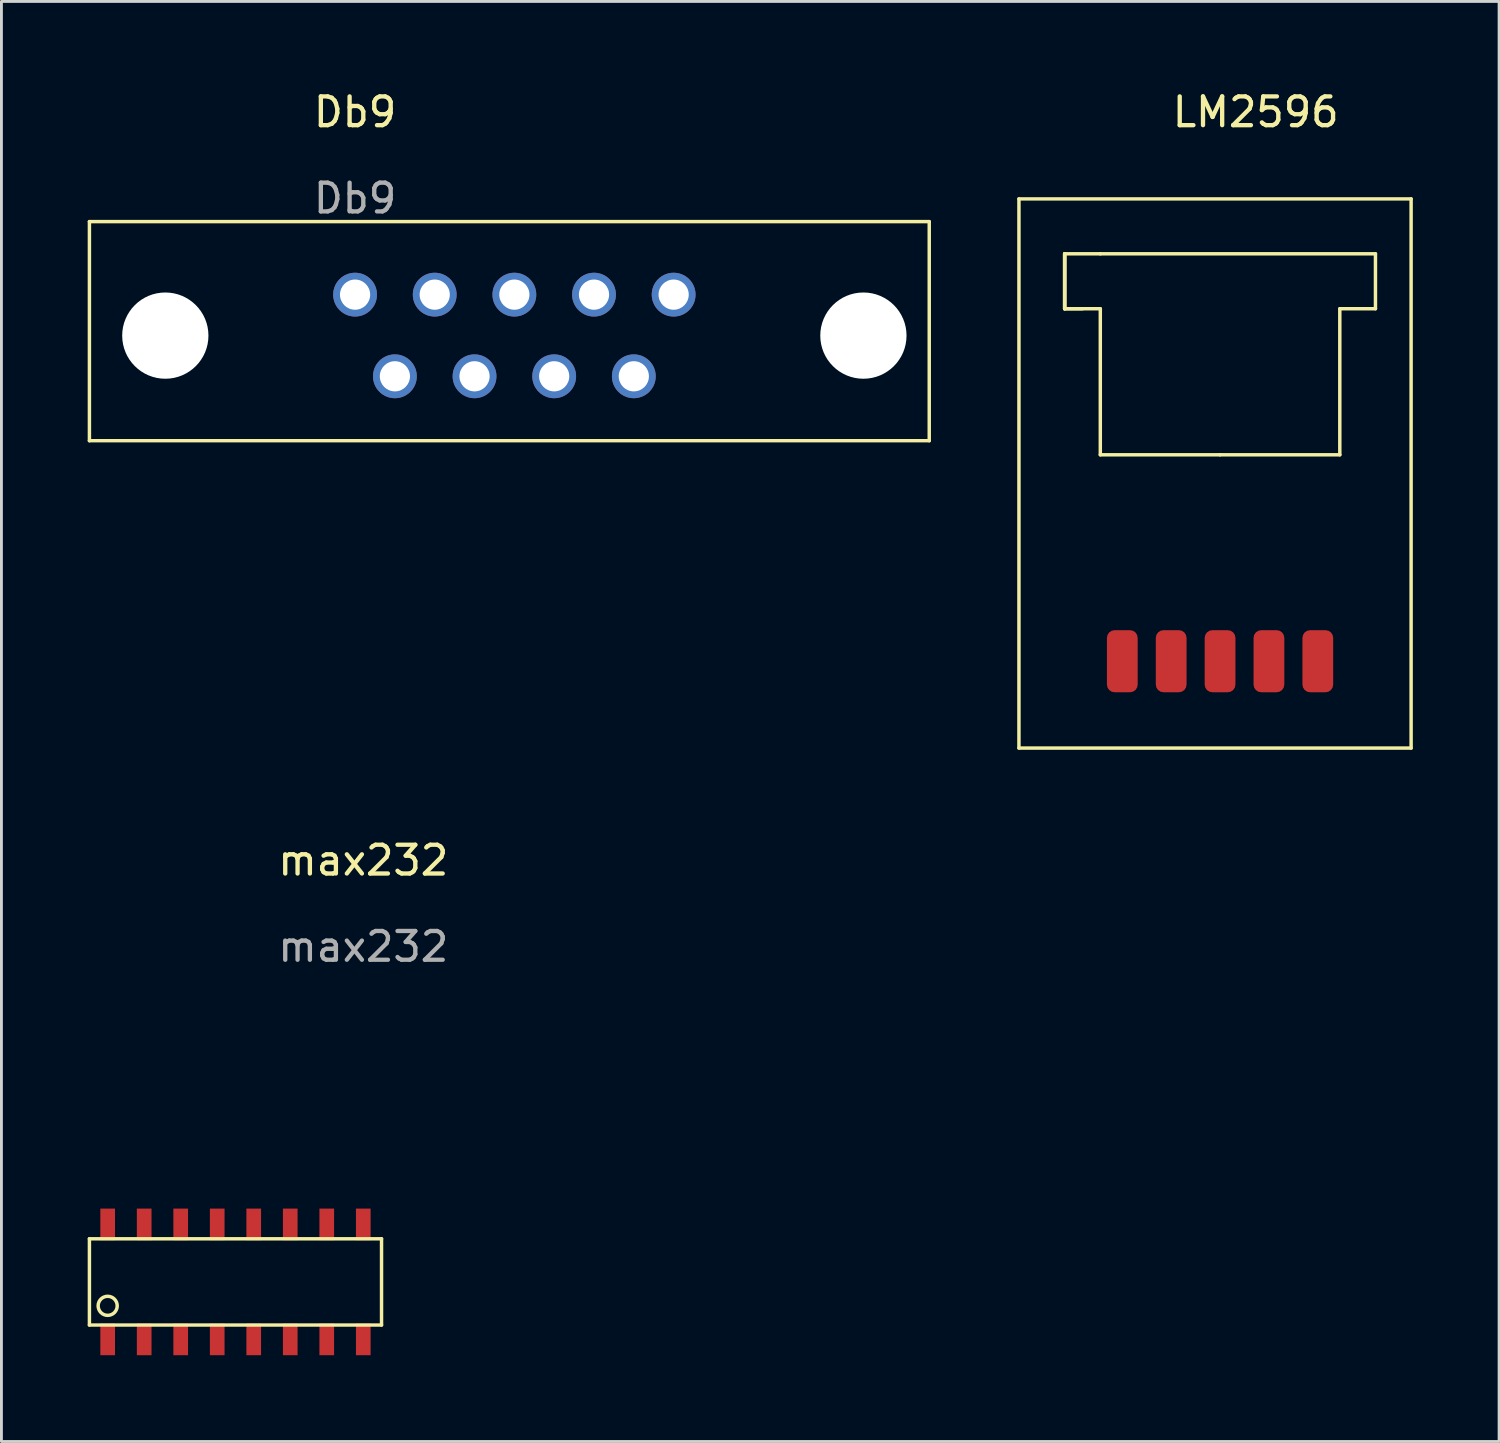
<source format=kicad_pcb>
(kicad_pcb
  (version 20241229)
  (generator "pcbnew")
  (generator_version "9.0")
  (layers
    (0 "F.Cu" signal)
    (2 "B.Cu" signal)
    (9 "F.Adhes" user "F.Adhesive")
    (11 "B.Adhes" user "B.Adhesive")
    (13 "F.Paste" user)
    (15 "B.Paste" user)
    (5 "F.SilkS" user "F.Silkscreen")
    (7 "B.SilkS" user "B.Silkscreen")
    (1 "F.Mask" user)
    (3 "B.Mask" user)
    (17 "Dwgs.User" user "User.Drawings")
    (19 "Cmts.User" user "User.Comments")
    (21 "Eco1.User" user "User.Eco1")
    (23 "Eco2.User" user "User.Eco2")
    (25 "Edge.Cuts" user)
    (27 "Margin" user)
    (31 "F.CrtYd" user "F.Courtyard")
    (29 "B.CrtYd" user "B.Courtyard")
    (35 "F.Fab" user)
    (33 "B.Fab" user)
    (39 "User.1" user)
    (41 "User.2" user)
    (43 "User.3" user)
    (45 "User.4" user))
  (footprint "max232"
    (layer "F.Cu")
    (at 9.585 43.536)
    (property "Reference" "max232" (at 0 -16.66 0) (unlocked yes) (layer "F.SilkS") (effects (font (size 1 1) (thickness 0.15))))
    (attr smd)
    (fp_line (start -9.525 -3.5) (end 0.635 -3.5) (stroke (width 0.12) (type solid)) (layer "F.SilkS"))
    (fp_line (start -9.525 -0.5) (end -9.525 -3.5) (stroke (width 0.12) (type solid)) (layer "F.SilkS"))
    (fp_line (start 0.635 -3.5) (end 0.635 -0.5) (stroke (width 0.12) (type solid)) (layer "F.SilkS"))
    (fp_line (start 0.635 -0.5) (end -9.525 -0.5) (stroke (width 0.12) (type solid)) (layer "F.SilkS"))
    (fp_circle (center -8.89 -1.168) (end -8.581 -1.289) (stroke (width 0.12) (type solid)) (fill no) (layer "F.SilkS"))
    (fp_text user "${REFERENCE}" (at 0 -13.66 0) (unlocked yes) (layer "F.Fab") (effects (font (size 1 1) (thickness 0.15))))
    (pad "1" smd rect (at -8.89 -0.000004) (size 0.51 1.1) (layers "F.Cu" "F.Mask" "F.Paste"))
    (pad "2" smd rect (at -7.62 -0.000004) (size 0.51 1.1) (layers "F.Cu" "F.Mask" "F.Paste"))
    (pad "3" smd rect (at -6.35 -0.000004) (size 0.51 1.1) (layers "F.Cu" "F.Mask" "F.Paste"))
    (pad "4" smd rect (at -5.08 -0.000004) (size 0.51 1.1) (layers "F.Cu" "F.Mask" "F.Paste"))
    (pad "5" smd rect (at -3.81 -0.000004) (size 0.51 1.1) (layers "F.Cu" "F.Mask" "F.Paste"))
    (pad "6" smd rect (at -2.54 -0.000004) (size 0.51 1.1) (layers "F.Cu" "F.Mask" "F.Paste"))
    (pad "7" smd rect (at -1.27 -0.000004) (size 0.51 1.1) (layers "F.Cu" "F.Mask" "F.Paste"))
    (pad "8" smd rect (at -0.000007 -0.000004) (size 0.51 1.1) (layers "F.Cu" "F.Mask" "F.Paste"))
    (pad "9" smd rect (at -0.000007 -4) (size 0.51 1.1) (layers "F.Cu" "F.Mask" "F.Paste"))
    (pad "10" smd rect (at -1.27 -4) (size 0.51 1.1) (layers "F.Cu" "F.Mask" "F.Paste"))
    (pad "11" smd rect (at -2.54 -4) (size 0.51 1.1) (layers "F.Cu" "F.Mask" "F.Paste"))
    (pad "12" smd rect (at -3.81 -4) (size 0.51 1.1) (layers "F.Cu" "F.Mask" "F.Paste"))
    (pad "13" smd rect (at -5.08 -4) (size 0.51 1.1) (layers "F.Cu" "F.Mask" "F.Paste"))
    (pad "14" smd rect (at -6.35 -4) (size 0.51 1.1) (layers "F.Cu" "F.Mask" "F.Paste"))
    (pad "15" smd rect (at -7.62 -4) (size 0.51 1.1) (layers "F.Cu" "F.Mask" "F.Paste"))
    (pad "16" smd rect (at -8.89 -4) (size 0.51 1.1) (layers "F.Cu" "F.Mask" "F.Paste")))
  (footprint "LM2596"
    (layer "F.Cu")
    (at 42.785 19.948)
    (property "Reference" "LM2596" (at -2.16 -19.1 0) (unlocked yes) (layer "F.SilkS") (effects (font (size 1 1) (thickness 0.15))))
    (attr smd)
    (fp_line (start -10.395 -16.08) (end -10.395 3.02) (stroke (width 0.12) (type solid)) (layer "F.SilkS"))
    (fp_line (start -10.395 3.02) (end 3.245 3.02) (stroke (width 0.12) (type solid)) (layer "F.SilkS"))
    (fp_line (start -8.805 -14.17) (end -8.805 -12.26) (stroke (width 0.12) (type solid)) (layer "F.SilkS"))
    (fp_line (start -8.805 -14.17) (end -7.565 -14.17) (stroke (width 0.12) (type solid)) (layer "F.SilkS"))
    (fp_line (start -8.805 -12.26) (end -8.805 -14.17) (stroke (width 0.12) (type solid)) (layer "F.SilkS"))
    (fp_line (start -8.805 -12.26) (end -8.805 -14.17) (stroke (width 0.12) (type solid)) (layer "F.SilkS"))
    (fp_line (start -8.185 -12.26) (end -8.805 -12.26) (stroke (width 0.12) (type solid)) (layer "F.SilkS"))
    (fp_line (start -7.565 -14.17) (end 2.005 -14.17) (stroke (width 0.12) (type solid)) (layer "F.SilkS"))
    (fp_line (start -7.565 -12.26) (end -8.805 -12.26) (stroke (width 0.12) (type solid)) (layer "F.SilkS"))
    (fp_line (start -7.565 -7.18) (end -7.565 -12.26) (stroke (width 0.12) (type solid)) (layer "F.SilkS"))
    (fp_line (start -3.4 -7.18) (end -7.565 -7.18) (stroke (width 0.12) (type solid)) (layer "F.SilkS"))
    (fp_line (start -3.4 -7.18) (end 0.765 -7.18) (stroke (width 0.12) (type solid)) (layer "F.SilkS"))
    (fp_line (start 0.765 -12.26) (end 2.005 -12.26) (stroke (width 0.12) (type solid)) (layer "F.SilkS"))
    (fp_line (start 0.765 -7.18) (end 0.765 -12.26) (stroke (width 0.12) (type solid)) (layer "F.SilkS"))
    (fp_line (start 2.005 -12.26) (end 2.005 -14.17) (stroke (width 0.12) (type solid)) (layer "F.SilkS"))
    (fp_line (start 3.245 -16.08) (end -10.395 -16.08) (stroke (width 0.12) (type solid)) (layer "F.SilkS"))
    (fp_line (start 3.245 3.02) (end 3.245 -16.08) (stroke (width 0.12) (type solid)) (layer "F.SilkS"))
    (pad "1" smd roundrect (at 0 0) (size 1.07 2.16) (layers "F.Cu" "F.Mask" "F.Paste") (roundrect_rratio 0.25))
    (pad "2" smd roundrect (at -1.7 0) (size 1.07 2.16) (layers "F.Cu" "F.Mask" "F.Paste") (roundrect_rratio 0.25))
    (pad "3" smd roundrect (at -3.4 0) (size 1.07 2.16) (layers "F.Cu" "F.Mask" "F.Paste") (roundrect_rratio 0.25))
    (pad "4" smd roundrect (at -5.1 0) (size 1.07 2.16) (layers "F.Cu" "F.Mask" "F.Paste") (roundrect_rratio 0.25))
    (pad "5" smd roundrect (at -6.8 0) (size 1.07 2.16) (layers "F.Cu" "F.Mask" "F.Paste") (roundrect_rratio 0.25)))
  (footprint "Db9"
    (layer "F.Cu")
    (at 9.3 7.198)
    (property "Reference" "Db9" (at 0 -6.35 0) (unlocked yes) (layer "F.SilkS") (effects (font (size 1 1) (thickness 0.15))))
    (attr through_hole)
    (fp_line (start -9.24 -2.54) (end -9.24 5.08) (stroke (width 0.12) (type solid)) (layer "F.SilkS"))
    (fp_line (start -9.24 5.08) (end 19.97 5.08) (stroke (width 0.12) (type solid)) (layer "F.SilkS"))
    (fp_line (start 19.97 -2.54) (end -9.24 -2.54) (stroke (width 0.12) (type solid)) (layer "F.SilkS"))
    (fp_line (start 19.97 5.08) (end 19.97 -2.54) (stroke (width 0.12) (type solid)) (layer "F.SilkS"))
    (fp_text user "${REFERENCE}" (at 0 -3.35 0) (unlocked yes) (layer "F.Fab") (effects (font (size 1 1) (thickness 0.15))))
    (pad "" np_thru_hole circle (at -6.6 1.425) (size 3 3) (drill 3.05) (layers "*.Cu" "*.Mask"))
    (pad "" np_thru_hole circle (at 17.68 1.425) (size 3 3) (drill 3.05) (layers "*.Cu" "*.Mask"))
    (pad "1" thru_hole circle (at 0 0) (size 1.524 1.524) (drill 1.05) (layers "*.Cu" "*.Mask"))
    (pad "2" thru_hole circle (at 2.77 0) (size 1.524 1.524) (drill 1.05) (layers "*.Cu" "*.Mask"))
    (pad "3" thru_hole circle (at 5.54 0) (size 1.524 1.524) (drill 1.05) (layers "*.Cu" "*.Mask"))
    (pad "4" thru_hole circle (at 8.31 0) (size 1.524 1.524) (drill 1.05) (layers "*.Cu" "*.Mask"))
    (pad "5" thru_hole circle (at 11.08 0) (size 1.524 1.524) (drill 1.05) (layers "*.Cu" "*.Mask"))
    (pad "6" thru_hole circle (at 1.385 2.84) (size 1.524 1.524) (drill 1.05) (layers "*.Cu" "*.Mask"))
    (pad "7" thru_hole circle (at 4.155 2.84) (size 1.524 1.524) (drill 1.05) (layers "*.Cu" "*.Mask"))
    (pad "8" thru_hole circle (at 6.925 2.84) (size 1.524 1.524) (drill 1.05) (layers "*.Cu" "*.Mask"))
    (pad "9" thru_hole circle (at 9.695 2.84) (size 1.524 1.524) (drill 1.05) (layers "*.Cu" "*.Mask")))
  (gr_rect
    (start -3 -3)
    (end 49.09 47.086)
    (stroke (width 0.1) (type default))
    (fill no)
    (layer "Edge.Cuts")))
</source>
